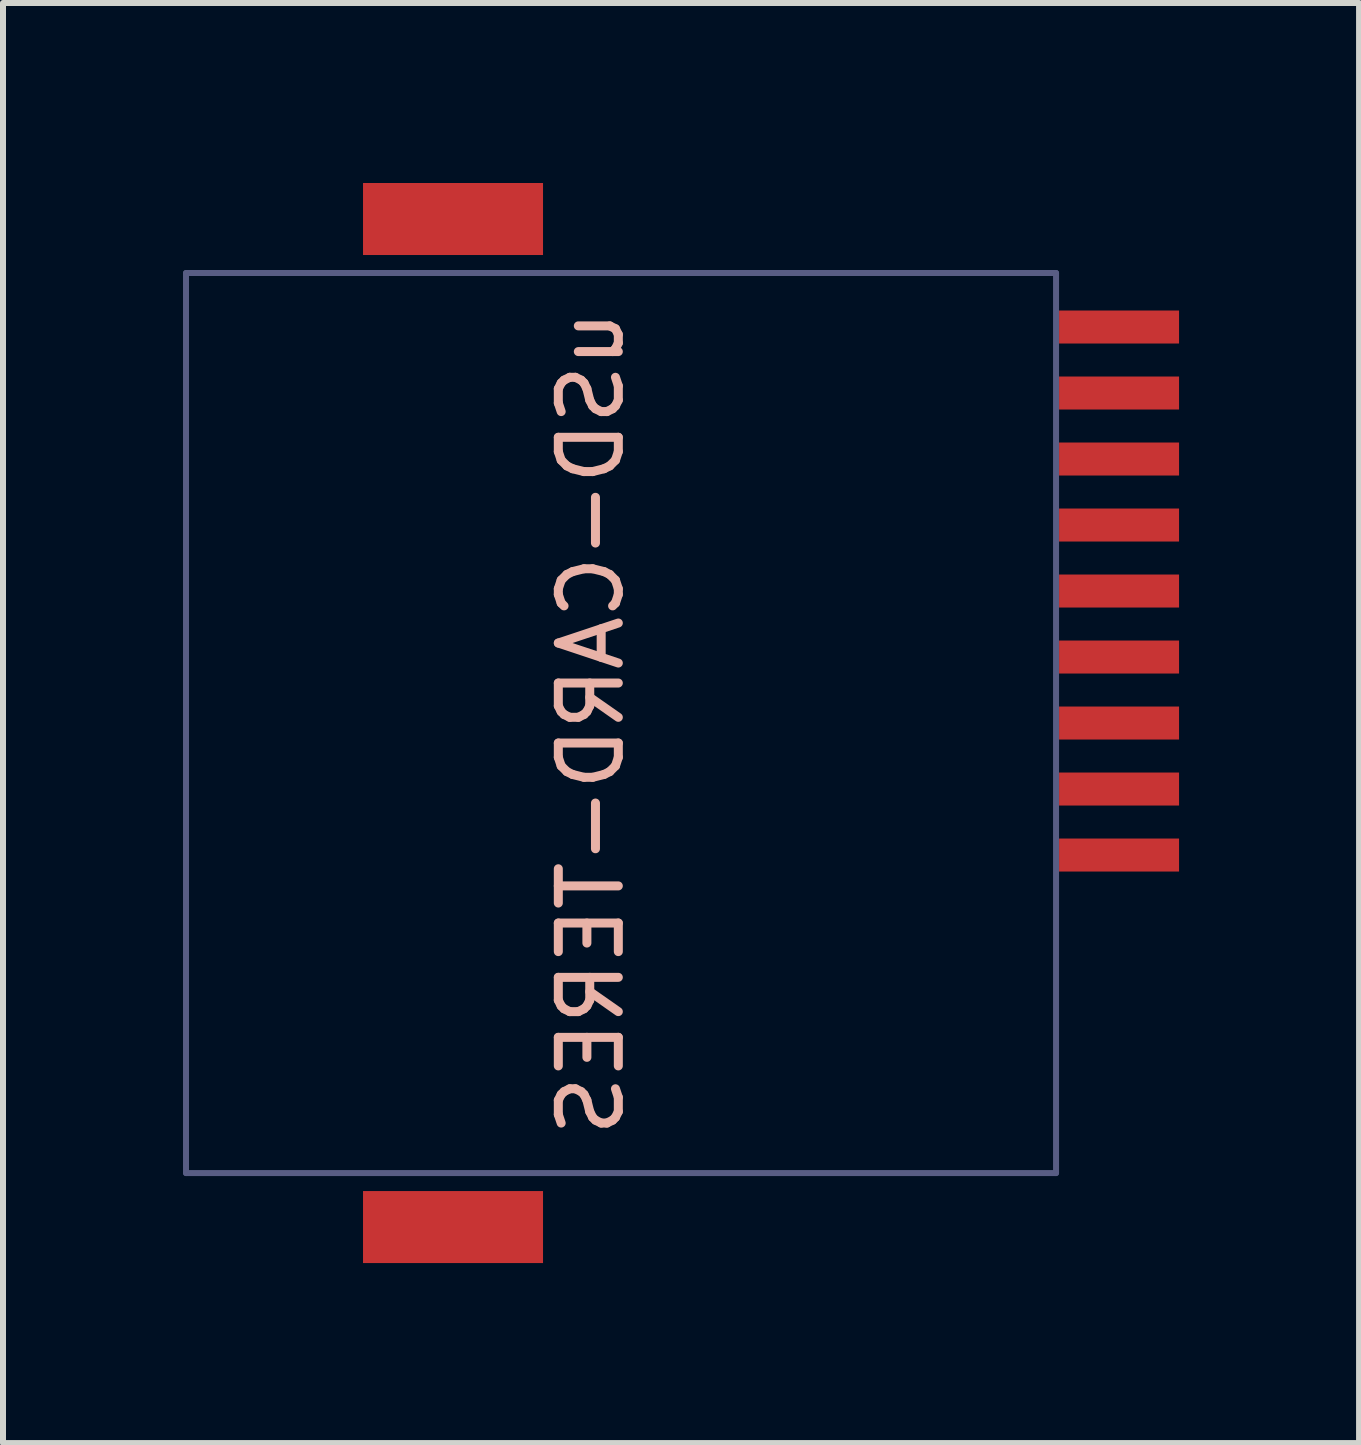
<source format=kicad_pcb>
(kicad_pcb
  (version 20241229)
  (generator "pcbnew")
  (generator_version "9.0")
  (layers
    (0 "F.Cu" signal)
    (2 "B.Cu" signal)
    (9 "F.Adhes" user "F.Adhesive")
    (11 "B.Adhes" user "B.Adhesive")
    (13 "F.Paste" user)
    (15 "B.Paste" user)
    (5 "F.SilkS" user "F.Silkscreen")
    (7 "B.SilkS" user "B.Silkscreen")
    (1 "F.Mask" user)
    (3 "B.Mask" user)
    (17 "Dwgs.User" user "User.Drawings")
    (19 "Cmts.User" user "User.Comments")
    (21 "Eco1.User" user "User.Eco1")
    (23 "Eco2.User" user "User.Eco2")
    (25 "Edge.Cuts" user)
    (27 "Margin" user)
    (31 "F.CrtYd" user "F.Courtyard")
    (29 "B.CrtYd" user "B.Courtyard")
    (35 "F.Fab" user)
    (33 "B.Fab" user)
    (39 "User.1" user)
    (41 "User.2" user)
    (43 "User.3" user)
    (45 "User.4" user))
  (footprint "uSD-CARD-TERES"
    (layer "F.Cu")
    (at 7.3 9)
    (property "Reference" "uSD-CARD-TERES" (at -0.5 0 90) (layer "B.SilkS") (effects (font (size 1 1) (thickness 0.15)) (justify mirror)))
    (attr through_hole)
    (fp_line (start -7.25 -7.5) (end 7.25 -7.5) (stroke (width 0.1) (type solid)) (layer "B.Fab"))
    (fp_line (start -7.25 7.5) (end -7.25 -7.5) (stroke (width 0.1) (type solid)) (layer "B.Fab"))
    (fp_line (start 7.25 -7.5) (end 7.25 7.5) (stroke (width 0.1) (type solid)) (layer "B.Fab"))
    (fp_line (start 7.25 7.5) (end -7.25 7.5) (stroke (width 0.1) (type solid)) (layer "B.Fab"))
    (pad "0" smd rect (at -2.8 -8.4 90) (size 1.2 3) (layers "F.Cu" "F.Mask" "F.Paste"))
    (pad "0" smd rect (at -2.8 8.4 90) (size 1.2 3) (layers "F.Cu" "F.Mask" "F.Paste"))
    (pad "1" smd rect (at 8.3 2.2 90) (size 0.55 2) (layers "F.Cu" "F.Mask" "F.Paste"))
    (pad "2" smd rect (at 8.3 1.1 90) (size 0.55 2) (layers "F.Cu" "F.Mask" "F.Paste"))
    (pad "3" smd rect (at 8.3 0 90) (size 0.55 2) (layers "F.Cu" "F.Mask" "F.Paste"))
    (pad "4" smd rect (at 8.3 -1.1 90) (size 0.55 2) (layers "F.Cu" "F.Mask" "F.Paste"))
    (pad "5" smd rect (at 8.3 -2.2 90) (size 0.55 2) (layers "F.Cu" "F.Mask" "F.Paste"))
    (pad "6" smd rect (at 8.3 -3.3 90) (size 0.55 2) (layers "F.Cu" "F.Mask" "F.Paste"))
    (pad "7" smd rect (at 8.3 -4.4 90) (size 0.55 2) (layers "F.Cu" "F.Mask" "F.Paste"))
    (pad "8" smd rect (at 8.3 -5.5 90) (size 0.55 2) (layers "F.Cu" "F.Mask" "F.Paste"))
    (pad "9" smd rect (at 8.3 -6.6 90) (size 0.55 2) (layers "F.Cu" "F.Mask" "F.Paste")))
  (gr_rect
    (start -3 -3)
    (end 19.6 21)
    (stroke (width 0.1) (type default))
    (fill no)
    (layer "Edge.Cuts")))
</source>
